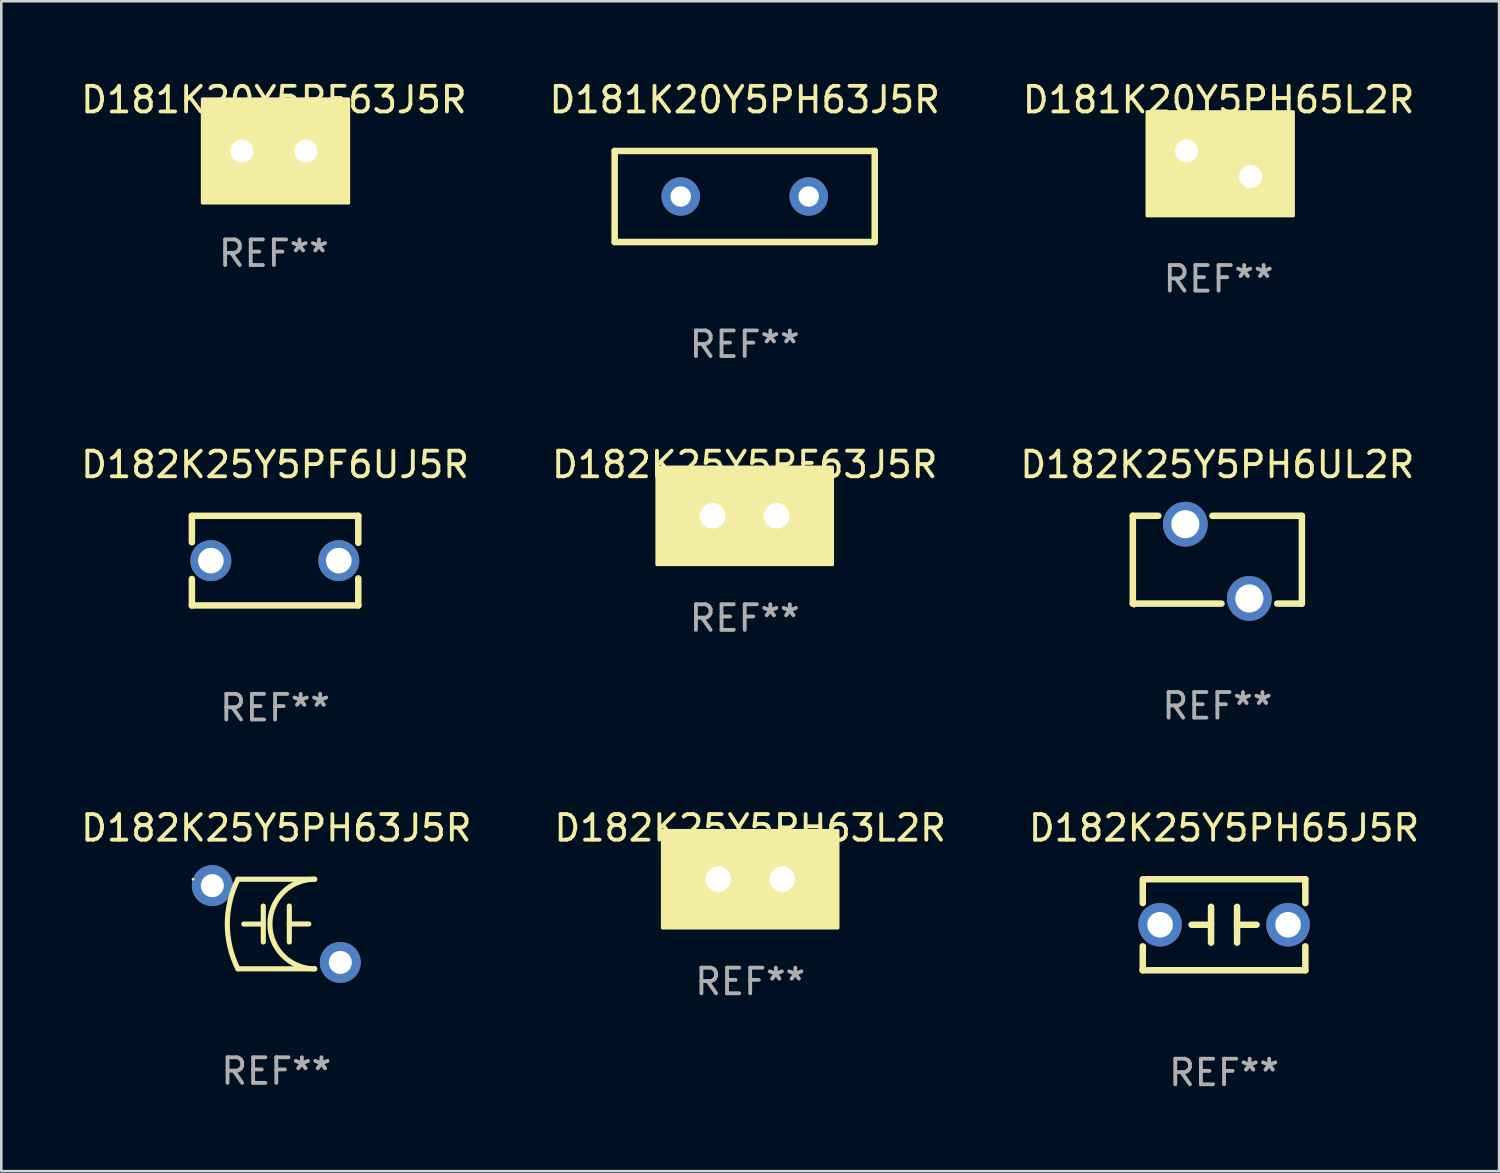
<source format=kicad_pcb>
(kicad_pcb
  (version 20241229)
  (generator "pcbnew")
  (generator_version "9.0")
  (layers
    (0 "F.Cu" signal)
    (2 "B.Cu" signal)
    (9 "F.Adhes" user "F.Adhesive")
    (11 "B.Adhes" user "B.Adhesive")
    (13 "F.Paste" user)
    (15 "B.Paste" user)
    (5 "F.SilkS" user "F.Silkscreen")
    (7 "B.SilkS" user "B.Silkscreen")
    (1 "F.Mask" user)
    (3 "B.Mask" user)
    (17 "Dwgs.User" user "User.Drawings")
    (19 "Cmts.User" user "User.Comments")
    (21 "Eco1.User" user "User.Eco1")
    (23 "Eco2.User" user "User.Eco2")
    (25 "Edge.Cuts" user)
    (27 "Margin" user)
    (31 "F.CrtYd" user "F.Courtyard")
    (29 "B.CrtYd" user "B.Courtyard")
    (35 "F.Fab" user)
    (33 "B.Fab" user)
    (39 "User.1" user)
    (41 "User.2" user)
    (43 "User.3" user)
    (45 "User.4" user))
  (footprint "D181K20Y5PH63J5R"
    (layer "F.Cu")
    (at 26.042 4.626)
    (property "Reference" "D181K20Y5PH63J5R" (at 0 -3.778 0) (layer "F.SilkS") (effects (font (size 1 1) (thickness 0.15))))
    (attr through_hole)
    (fp_line (start -5.08 -1.778) (end 5.08 -1.778) (stroke (width 0.254) (type solid)) (layer "F.SilkS"))
    (fp_line (start -5.08 1.778) (end -5.08 -1.778) (stroke (width 0.254) (type solid)) (layer "F.SilkS"))
    (fp_line (start 5.08 -1.778) (end 5.08 1.778) (stroke (width 0.254) (type solid)) (layer "F.SilkS"))
    (fp_line (start 5.08 1.778) (end -5.08 1.778) (stroke (width 0.254) (type solid)) (layer "F.SilkS"))
    (fp_circle (center -5 1.75) (end -4.97 1.75) (stroke (width 0.06) (type solid)) (fill no) (layer "F.SilkS"))
    (fp_text user "REF**" (at 0 5.778 0) (layer "F.Fab") (effects (font (size 1 1) (thickness 0.15))))
    (pad "1" thru_hole circle (at -2.5 0) (size 1.5 1.5) (drill 0.8) (layers "*.Cu" "*.Mask"))
    (pad "2" thru_hole circle (at 2.5 0) (size 1.5 1.5) (drill 0.8) (layers "*.Cu" "*.Mask")))
  (footprint "D182K25Y5PF63J5R"
    (layer "F.Cu")
    (at 26.042 17.101)
    (property "Reference" "D182K25Y5PF63J5R" (at 0 -2 0) (layer "F.SilkS") (effects (font (size 1 1) (thickness 0.15))))
    (attr through_hole)
    (fp_circle (center -3.25 1.75) (end -3.22 1.75) (stroke (width 0.06) (type solid)) (fill no) (layer "F.SilkS"))
    (fp_poly (pts (xy -3.429 -1.905) (xy 3.429 -1.905) (xy 3.429 1.905) (xy -3.429 1.905)) (stroke (width 0.12) (type solid)) (fill yes) (layer "F.SilkS"))
    (fp_text user "REF**" (at 0 4 0) (layer "F.Fab") (effects (font (size 1 1) (thickness 0.15))))
    (pad "1" thru_hole circle (at -1.25 0) (size 1.6 1.6) (drill 1) (layers "*.Cu" "*.Mask"))
    (pad "2" thru_hole circle (at 1.25 0) (size 1.6 1.6) (drill 1) (layers "*.Cu" "*.Mask")))
  (footprint "D182K25Y5PH6UL2R"
    (layer "F.Cu")
    (at 44.506 18.815)
    (property "Reference" "D182K25Y5PH6UL2R" (at 0 -3.715 0) (layer "F.SilkS") (effects (font (size 1 1) (thickness 0.15))))
    (attr through_hole)
    (fp_line (start -3.302 -1.715) (end -2.306 -1.715) (stroke (width 0.254) (type solid)) (layer "F.SilkS"))
    (fp_line (start -3.302 1.715) (end -3.302 -1.715) (stroke (width 0.254) (type solid)) (layer "F.SilkS"))
    (fp_line (start -0.194 -1.715) (end 3.302 -1.715) (stroke (width 0.254) (type solid)) (layer "F.SilkS"))
    (fp_line (start 0.162 1.715) (end -3.302 1.715) (stroke (width 0.254) (type solid)) (layer "F.SilkS"))
    (fp_line (start 3.302 -1.715) (end 3.302 1.715) (stroke (width 0.254) (type solid)) (layer "F.SilkS"))
    (fp_line (start 3.302 1.715) (end 2.338 1.715) (stroke (width 0.254) (type solid)) (layer "F.SilkS"))
    (fp_circle (center -3.25 1.814) (end -3.22 1.814) (stroke (width 0.06) (type solid)) (fill no) (layer "F.SilkS"))
    (fp_text user "REF**" (at 0 5.715 0) (layer "F.Fab") (effects (font (size 1 1) (thickness 0.15))))
    (pad "1" thru_hole circle (at -1.25 -1.387) (size 1.75 1.75) (drill 1.1) (layers "*.Cu" "*.Mask"))
    (pad "2" thru_hole circle (at 1.25 1.514) (size 1.75 1.75) (drill 1.1) (layers "*.Cu" "*.Mask")))
  (footprint "D182K25Y5PF6UJ5R"
    (layer "F.Cu")
    (at 7.696 18.851)
    (property "Reference" "D182K25Y5PF6UJ5R" (at 0 -3.75 0) (layer "F.SilkS") (effects (font (size 1 1) (thickness 0.15))))
    (attr through_hole)
    (fp_line (start -3.25 -1.75) (end -3.25 -0.716) (stroke (width 0.254) (type solid)) (layer "F.SilkS"))
    (fp_line (start -3.25 -1.75) (end 3.25 -1.75) (stroke (width 0.254) (type solid)) (layer "F.SilkS"))
    (fp_line (start -3.25 0.716) (end -3.25 1.75) (stroke (width 0.254) (type solid)) (layer "F.SilkS"))
    (fp_line (start 3.25 -1.75) (end 3.25 -0.695) (stroke (width 0.254) (type solid)) (layer "F.SilkS"))
    (fp_line (start 3.25 0.695) (end 3.25 1.75) (stroke (width 0.254) (type solid)) (layer "F.SilkS"))
    (fp_line (start 3.25 1.75) (end -3.25 1.75) (stroke (width 0.254) (type solid)) (layer "F.SilkS"))
    (fp_circle (center -3.26 1.75) (end -3.23 1.75) (stroke (width 0.06) (type solid)) (fill no) (layer "F.SilkS"))
    (fp_text user "REF**" (at 0 5.75 0) (layer "F.Fab") (effects (font (size 1 1) (thickness 0.15))))
    (pad "1" thru_hole circle (at -2.509 0) (size 1.6 1.6) (drill 1) (layers "*.Cu" "*.Mask"))
    (pad "2" thru_hole circle (at 2.489 0) (size 1.6 1.6) (drill 1) (layers "*.Cu" "*.Mask")))
  (footprint "D182K25Y5PH63L2R"
    (layer "F.Cu")
    (at 26.256 31.297)
    (property "Reference" "D182K25Y5PH63L2R" (at 0 -2 0) (layer "F.SilkS") (effects (font (size 1 1) (thickness 0.15))))
    (attr through_hole)
    (fp_circle (center -3.25 1.75) (end -3.22 1.75) (stroke (width 0.06) (type solid)) (fill no) (layer "F.SilkS"))
    (fp_poly (pts (xy -3.429 -1.905) (xy 3.429 -1.905) (xy 3.429 1.905) (xy -3.429 1.905)) (stroke (width 0.12) (type solid)) (fill yes) (layer "F.SilkS"))
    (fp_text user "REF**" (at 0 4 0) (layer "F.Fab") (effects (font (size 1 1) (thickness 0.15))))
    (pad "1" thru_hole circle (at -1.25 0) (size 1.6 1.6) (drill 1) (layers "*.Cu" "*.Mask"))
    (pad "2" thru_hole circle (at 1.25 0) (size 1.6 1.6) (drill 1) (layers "*.Cu" "*.Mask")))
  (footprint "D182K25Y5PH63J5R"
    (layer "F.Cu")
    (at 7.744 33.047)
    (property "Reference" "D182K25Y5PH63J5R" (at 0 -3.75 0) (layer "F.SilkS") (effects (font (size 1 1) (thickness 0.15))))
    (attr through_hole)
    (fp_line (start -1.5 -1.75) (end 1.5 -1.75) (stroke (width 0.2) (type solid)) (layer "F.SilkS"))
    (fp_line (start -0.508 -0.7) (end -0.508 0.7) (stroke (width 0.2) (type solid)) (layer "F.SilkS"))
    (fp_line (start -0.508 0.002) (end -1.27 0.002) (stroke (width 0.2) (type solid)) (layer "F.SilkS"))
    (fp_line (start 0.508 -0.002) (end 1.27 -0.002) (stroke (width 0.2) (type solid)) (layer "F.SilkS"))
    (fp_line (start 0.508 0.7) (end 0.508 -0.7) (stroke (width 0.2) (type solid)) (layer "F.SilkS"))
    (fp_line (start 1.5 1.75) (end -1.5 1.75) (stroke (width 0.2) (type solid)) (layer "F.SilkS"))
    (fp_arc (start -1.50127 1.750064) (mid -1.914008 -0.000109) (end -1.500127 -1.750013) (stroke (width 0.2) (type solid)) (layer "F.SilkS"))
    (fp_arc (start 1.499873 1.750013) (mid -0.249022 -0.000597) (end 1.501016 -1.750063) (stroke (width 0.2) (type solid)) (layer "F.SilkS"))
    (fp_circle (center -3.251 -1.75) (end -3.221 -1.75) (stroke (width 0.06) (type solid)) (fill no) (layer "F.SilkS"))
    (fp_text user "REF**" (at 0 5.75 0) (layer "F.Fab") (effects (font (size 1 1) (thickness 0.15))))
    (pad "1" thru_hole circle (at -2.5 -1.5) (size 1.6 1.6) (drill 0.9) (layers "*.Cu" "*.Mask"))
    (pad "2" thru_hole circle (at 2.5 1.5) (size 1.6 1.6) (drill 0.9) (layers "*.Cu" "*.Mask")))
  (footprint "D182K25Y5PH65J5R"
    (layer "F.Cu")
    (at 44.768 33.075)
    (property "Reference" "D182K25Y5PH65J5R" (at 0 -3.778 0) (layer "F.SilkS") (effects (font (size 1 1) (thickness 0.15))))
    (attr through_hole)
    (fp_line (start -3.175 -1.778) (end -3.175 -0.844) (stroke (width 0.254) (type solid)) (layer "F.SilkS"))
    (fp_line (start -3.175 0.844) (end -3.175 1.778) (stroke (width 0.254) (type solid)) (layer "F.SilkS"))
    (fp_line (start -3.175 1.778) (end 3.175 1.778) (stroke (width 0.254) (type solid)) (layer "F.SilkS"))
    (fp_line (start -0.508 -0.699) (end -0.508 0.699) (stroke (width 0.254) (type solid)) (layer "F.SilkS"))
    (fp_line (start -0.508 0.001) (end -1.27 0.001) (stroke (width 0.254) (type solid)) (layer "F.SilkS"))
    (fp_line (start 0.508 0.001) (end 1.27 0.001) (stroke (width 0.254) (type solid)) (layer "F.SilkS"))
    (fp_line (start 0.508 0.699) (end 0.508 -0.699) (stroke (width 0.254) (type solid)) (layer "F.SilkS"))
    (fp_line (start 3.175 -1.778) (end -3.048 -1.778) (stroke (width 0.254) (type solid)) (layer "F.SilkS"))
    (fp_line (start 3.175 -0.844) (end 3.175 -1.778) (stroke (width 0.254) (type solid)) (layer "F.SilkS"))
    (fp_line (start 3.175 1.778) (end 3.175 0.844) (stroke (width 0.254) (type solid)) (layer "F.SilkS"))
    (fp_circle (center -3.25 1.75) (end -3.22 1.75) (stroke (width 0.06) (type solid)) (fill no) (layer "F.SilkS"))
    (fp_text user "REF**" (at 0 5.778 0) (layer "F.Fab") (effects (font (size 1 1) (thickness 0.15))))
    (pad "1" thru_hole circle (at -2.5 0) (size 1.7 1.7) (drill 1) (layers "*.Cu" "*.Mask"))
    (pad "2" thru_hole circle (at 2.5 0) (size 1.7 1.7) (drill 1) (layers "*.Cu" "*.Mask")))
  (footprint "D181K20Y5PH65L2R"
    (layer "F.Cu")
    (at 44.554 3.348)
    (property "Reference" "D181K20Y5PH65L2R" (at 0 -2.5 0) (layer "F.SilkS") (effects (font (size 1 1) (thickness 0.15))))
    (attr through_hole)
    (fp_circle (center -2.5 -1.75) (end -2.47 -1.75) (stroke (width 0.06) (type solid)) (fill no) (layer "F.SilkS"))
    (fp_poly (pts (xy -2.794 -2.032) (xy 2.921 -2.032) (xy 2.921 2.032) (xy -2.794 2.032)) (stroke (width 0.12) (type solid)) (fill yes) (layer "F.SilkS"))
    (fp_text user "REF**" (at 0 4.5 0) (layer "F.Fab") (effects (font (size 1 1) (thickness 0.15))))
    (pad "1" thru_hole circle (at -1.25 -0.5) (size 1.5 1.5) (drill 0.9) (layers "*.Cu" "*.Mask"))
    (pad "2" thru_hole circle (at 1.25 0.5) (size 1.5 1.5) (drill 0.9) (layers "*.Cu" "*.Mask")))
  (footprint "D181K20Y5PF63J5R"
    (layer "F.Cu")
    (at 7.649 2.848)
    (property "Reference" "D181K20Y5PF63J5R" (at 0 -2 0) (layer "F.SilkS") (effects (font (size 1 1) (thickness 0.15))))
    (attr through_hole)
    (fp_circle (center -2.5 1.75) (end -2.47 1.75) (stroke (width 0.06) (type solid)) (fill no) (layer "F.SilkS"))
    (fp_poly (pts (xy -2.794 -2.032) (xy 2.921 -2.032) (xy 2.921 2.032) (xy -2.794 2.032)) (stroke (width 0.12) (type solid)) (fill yes) (layer "F.SilkS"))
    (fp_text user "REF**" (at 0 4 0) (layer "F.Fab") (effects (font (size 1 1) (thickness 0.15))))
    (pad "1" thru_hole circle (at -1.25 0) (size 1.5 1.5) (drill 0.9) (layers "*.Cu" "*.Mask"))
    (pad "2" thru_hole circle (at 1.25 0) (size 1.5 1.5) (drill 0.9) (layers "*.Cu" "*.Mask")))
  (gr_rect
    (start -3 -3)
    (end 55.512 42.702)
    (stroke (width 0.1) (type default))
    (fill no)
    (layer "Edge.Cuts")))
</source>
